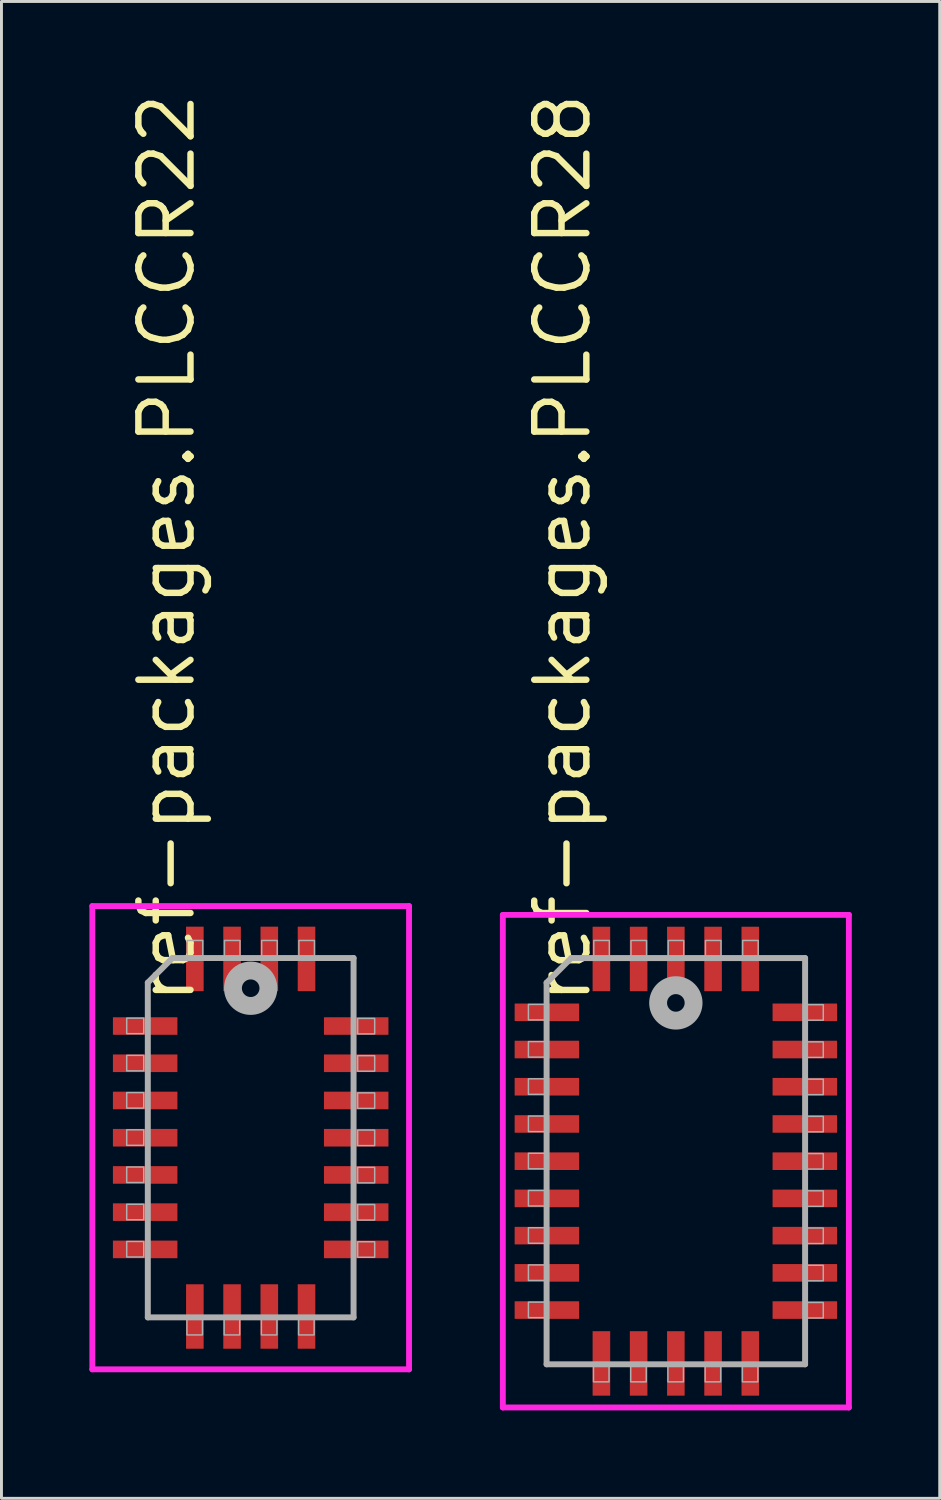
<source format=kicad_pcb>
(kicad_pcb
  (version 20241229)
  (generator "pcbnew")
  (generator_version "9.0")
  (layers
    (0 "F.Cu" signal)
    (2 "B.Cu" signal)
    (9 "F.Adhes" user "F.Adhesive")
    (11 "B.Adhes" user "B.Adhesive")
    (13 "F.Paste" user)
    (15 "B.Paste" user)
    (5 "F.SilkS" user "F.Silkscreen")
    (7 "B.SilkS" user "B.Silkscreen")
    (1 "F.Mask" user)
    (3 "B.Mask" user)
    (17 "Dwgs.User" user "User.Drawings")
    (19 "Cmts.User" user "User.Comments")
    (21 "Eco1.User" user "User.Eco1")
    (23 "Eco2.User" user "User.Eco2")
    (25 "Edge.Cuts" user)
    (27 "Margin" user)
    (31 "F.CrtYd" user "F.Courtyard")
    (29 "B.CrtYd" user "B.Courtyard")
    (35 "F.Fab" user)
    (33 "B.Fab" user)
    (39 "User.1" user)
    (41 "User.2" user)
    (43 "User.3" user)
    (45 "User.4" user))
  (footprint "ref-packages.PLCCR28"
    (layer "F.Cu")
    (at 20.009 36.568)
    (property "Reference" "ref-packages.PLCCR28" (at -2.825 -5.275 270) (layer "F.SilkS") (effects (font (size 1.778 1.778) (thickness 0.22)) (justify left bottom)))
    (attr smd)
    (fp_line (start -5.903 -8.403) (end 5.903 -8.403) (stroke (width 0.2) (type default)) (layer "F.CrtYd"))
    (fp_line (start -5.903 8.403) (end -5.903 -8.403) (stroke (width 0.2) (type default)) (layer "F.CrtYd"))
    (fp_line (start 5.903 -8.403) (end 5.903 8.403) (stroke (width 0.2) (type default)) (layer "F.CrtYd"))
    (fp_line (start 5.903 8.403) (end -5.903 8.403) (stroke (width 0.2) (type default)) (layer "F.CrtYd"))
    (fp_line (start -4.41 -6.09) (end -4.41 6.93) (stroke (width 0.203) (type default)) (layer "F.Fab"))
    (fp_line (start -4.41 6.93) (end 4.41 6.93) (stroke (width 0.203) (type default)) (layer "F.Fab"))
    (fp_line (start -3.57 -6.93) (end -4.41 -6.09) (stroke (width 0.203) (type default)) (layer "F.Fab"))
    (fp_line (start 4.41 -6.93) (end -3.57 -6.93) (stroke (width 0.203) (type default)) (layer "F.Fab"))
    (fp_line (start 4.41 6.93) (end 4.41 -6.93) (stroke (width 0.203) (type default)) (layer "F.Fab"))
    (fp_rect (start -5.03 -4.82) (end -4.45 -5.35) (stroke (width 0.05) (type default)) (fill no) (layer "F.Fab"))
    (fp_rect (start -5.03 -3.55) (end -4.45 -4.08) (stroke (width 0.05) (type default)) (fill no) (layer "F.Fab"))
    (fp_rect (start -5.03 -2.28) (end -4.45 -2.81) (stroke (width 0.05) (type default)) (fill no) (layer "F.Fab"))
    (fp_rect (start -5.03 -1.01) (end -4.45 -1.54) (stroke (width 0.05) (type default)) (fill no) (layer "F.Fab"))
    (fp_rect (start -5.03 0.26) (end -4.45 -0.27) (stroke (width 0.05) (type default)) (fill no) (layer "F.Fab"))
    (fp_rect (start -5.03 1.53) (end -4.45 1) (stroke (width 0.05) (type default)) (fill no) (layer "F.Fab"))
    (fp_rect (start -5.03 2.8) (end -4.45 2.27) (stroke (width 0.05) (type default)) (fill no) (layer "F.Fab"))
    (fp_rect (start -5.03 4.07) (end -4.45 3.54) (stroke (width 0.05) (type default)) (fill no) (layer "F.Fab"))
    (fp_rect (start -5.03 5.34) (end -4.45 4.81) (stroke (width 0.05) (type default)) (fill no) (layer "F.Fab"))
    (fp_rect (start -2.81 7.53) (end -2.28 6.95) (stroke (width 0.05) (type default)) (fill no) (layer "F.Fab"))
    (fp_rect (start -2.8 -6.95) (end -2.27 -7.53) (stroke (width 0.05) (type default)) (fill no) (layer "F.Fab"))
    (fp_rect (start -1.54 7.53) (end -1.01 6.95) (stroke (width 0.05) (type default)) (fill no) (layer "F.Fab"))
    (fp_rect (start -1.53 -6.95) (end -1 -7.53) (stroke (width 0.05) (type default)) (fill no) (layer "F.Fab"))
    (fp_rect (start -0.27 7.53) (end 0.26 6.95) (stroke (width 0.05) (type default)) (fill no) (layer "F.Fab"))
    (fp_rect (start -0.26 -6.95) (end 0.27 -7.53) (stroke (width 0.05) (type default)) (fill no) (layer "F.Fab"))
    (fp_rect (start 1 7.53) (end 1.53 6.95) (stroke (width 0.05) (type default)) (fill no) (layer "F.Fab"))
    (fp_rect (start 1.01 -6.95) (end 1.54 -7.53) (stroke (width 0.05) (type default)) (fill no) (layer "F.Fab"))
    (fp_rect (start 2.27 7.53) (end 2.8 6.95) (stroke (width 0.05) (type default)) (fill no) (layer "F.Fab"))
    (fp_rect (start 2.28 -6.95) (end 2.81 -7.53) (stroke (width 0.05) (type default)) (fill no) (layer "F.Fab"))
    (fp_rect (start 4.45 -4.81) (end 5.03 -5.34) (stroke (width 0.05) (type default)) (fill no) (layer "F.Fab"))
    (fp_rect (start 4.45 -3.54) (end 5.03 -4.07) (stroke (width 0.05) (type default)) (fill no) (layer "F.Fab"))
    (fp_rect (start 4.45 -2.27) (end 5.03 -2.8) (stroke (width 0.05) (type default)) (fill no) (layer "F.Fab"))
    (fp_rect (start 4.45 -1) (end 5.03 -1.53) (stroke (width 0.05) (type default)) (fill no) (layer "F.Fab"))
    (fp_rect (start 4.45 0.27) (end 5.03 -0.26) (stroke (width 0.05) (type default)) (fill no) (layer "F.Fab"))
    (fp_rect (start 4.45 1.54) (end 5.03 1.01) (stroke (width 0.05) (type default)) (fill no) (layer "F.Fab"))
    (fp_rect (start 4.45 2.81) (end 5.03 2.28) (stroke (width 0.05) (type default)) (fill no) (layer "F.Fab"))
    (fp_rect (start 4.45 4.08) (end 5.03 3.55) (stroke (width 0.05) (type default)) (fill no) (layer "F.Fab"))
    (fp_rect (start 4.45 5.35) (end 5.03 4.82) (stroke (width 0.05) (type default)) (fill no) (layer "F.Fab"))
    (fp_circle (center 0 -5.4) (end 0.3 -5.4) (stroke (width 0.61) (type default)) (fill no) (layer "F.Fab"))
    (pad "1" smd roundrect (at 0 -6.9) (size 0.6 2.2) (layers "F.Cu" "F.Mask" "F.Paste") (roundrect_rratio 0.01))
    (pad "2" smd roundrect (at -1.27 -6.9) (size 0.6 2.2) (layers "F.Cu" "F.Mask" "F.Paste") (roundrect_rratio 0.01))
    (pad "3" smd roundrect (at -2.54 -6.9) (size 0.6 2.2) (layers "F.Cu" "F.Mask" "F.Paste") (roundrect_rratio 0.01))
    (pad "4" smd roundrect (at -4.4 -5.08) (size 2.2 0.6) (layers "F.Cu" "F.Mask" "F.Paste") (roundrect_rratio 0.01))
    (pad "5" smd roundrect (at -4.4 -3.81) (size 2.2 0.6) (layers "F.Cu" "F.Mask" "F.Paste") (roundrect_rratio 0.01))
    (pad "6" smd roundrect (at -4.4 -2.54) (size 2.2 0.6) (layers "F.Cu" "F.Mask" "F.Paste") (roundrect_rratio 0.01))
    (pad "7" smd roundrect (at -4.4 -1.27) (size 2.2 0.6) (layers "F.Cu" "F.Mask" "F.Paste") (roundrect_rratio 0.01))
    (pad "8" smd roundrect (at -4.4 0) (size 2.2 0.6) (layers "F.Cu" "F.Mask" "F.Paste") (roundrect_rratio 0.01))
    (pad "9" smd roundrect (at -4.4 1.27) (size 2.2 0.6) (layers "F.Cu" "F.Mask" "F.Paste") (roundrect_rratio 0.01))
    (pad "10" smd roundrect (at -4.4 2.54) (size 2.2 0.6) (layers "F.Cu" "F.Mask" "F.Paste") (roundrect_rratio 0.01))
    (pad "11" smd roundrect (at -4.4 3.81) (size 2.2 0.6) (layers "F.Cu" "F.Mask" "F.Paste") (roundrect_rratio 0.01))
    (pad "12" smd roundrect (at -4.4 5.08) (size 2.2 0.6) (layers "F.Cu" "F.Mask" "F.Paste") (roundrect_rratio 0.01))
    (pad "13" smd roundrect (at -2.54 6.9) (size 0.6 2.2) (layers "F.Cu" "F.Mask" "F.Paste") (roundrect_rratio 0.01))
    (pad "14" smd roundrect (at -1.27 6.9) (size 0.6 2.2) (layers "F.Cu" "F.Mask" "F.Paste") (roundrect_rratio 0.01))
    (pad "15" smd roundrect (at 0 6.9) (size 0.6 2.2) (layers "F.Cu" "F.Mask" "F.Paste") (roundrect_rratio 0.01))
    (pad "16" smd roundrect (at 1.27 6.9) (size 0.6 2.2) (layers "F.Cu" "F.Mask" "F.Paste") (roundrect_rratio 0.01))
    (pad "17" smd roundrect (at 2.54 6.9) (size 0.6 2.2) (layers "F.Cu" "F.Mask" "F.Paste") (roundrect_rratio 0.01))
    (pad "18" smd roundrect (at 4.4 5.08) (size 2.2 0.6) (layers "F.Cu" "F.Mask" "F.Paste") (roundrect_rratio 0.01))
    (pad "19" smd roundrect (at 4.4 3.81) (size 2.2 0.6) (layers "F.Cu" "F.Mask" "F.Paste") (roundrect_rratio 0.01))
    (pad "20" smd roundrect (at 4.4 2.54) (size 2.2 0.6) (layers "F.Cu" "F.Mask" "F.Paste") (roundrect_rratio 0.01))
    (pad "21" smd roundrect (at 4.4 1.27) (size 2.2 0.6) (layers "F.Cu" "F.Mask" "F.Paste") (roundrect_rratio 0.01))
    (pad "22" smd roundrect (at 4.4 0) (size 2.2 0.6) (layers "F.Cu" "F.Mask" "F.Paste") (roundrect_rratio 0.01))
    (pad "23" smd roundrect (at 4.4 -1.27) (size 2.2 0.6) (layers "F.Cu" "F.Mask" "F.Paste") (roundrect_rratio 0.01))
    (pad "24" smd roundrect (at 4.4 -2.54) (size 2.2 0.6) (layers "F.Cu" "F.Mask" "F.Paste") (roundrect_rratio 0.01))
    (pad "25" smd roundrect (at 4.4 -3.81) (size 2.2 0.6) (layers "F.Cu" "F.Mask" "F.Paste") (roundrect_rratio 0.01))
    (pad "26" smd roundrect (at 4.4 -5.08) (size 2.2 0.6) (layers "F.Cu" "F.Mask" "F.Paste") (roundrect_rratio 0.01))
    (pad "27" smd roundrect (at 2.54 -6.9) (size 0.6 2.2) (layers "F.Cu" "F.Mask" "F.Paste") (roundrect_rratio 0.01))
    (pad "28" smd roundrect (at 1.27 -6.9) (size 0.6 2.2) (layers "F.Cu" "F.Mask" "F.Paste") (roundrect_rratio 0.01)))
  (footprint "ref-packages.PLCCR22"
    (layer "F.Cu")
    (at 5.503 35.767)
    (property "Reference" "ref-packages.PLCCR22" (at -1.825 -4.475 270) (layer "F.SilkS") (effects (font (size 1.778 1.778) (thickness 0.22)) (justify left bottom)))
    (attr smd)
    (fp_line (start -5.403 -7.903) (end 5.403 -7.903) (stroke (width 0.2) (type default)) (layer "F.CrtYd"))
    (fp_line (start -5.403 7.903) (end -5.403 -7.903) (stroke (width 0.2) (type default)) (layer "F.CrtYd"))
    (fp_line (start 5.403 -7.903) (end 5.403 7.903) (stroke (width 0.2) (type default)) (layer "F.CrtYd"))
    (fp_line (start 5.403 7.903) (end -5.403 7.903) (stroke (width 0.2) (type default)) (layer "F.CrtYd"))
    (fp_line (start -3.51 -5.29) (end -3.51 6.13) (stroke (width 0.203) (type default)) (layer "F.Fab"))
    (fp_line (start -3.51 6.13) (end 3.51 6.13) (stroke (width 0.203) (type default)) (layer "F.Fab"))
    (fp_line (start -2.67 -6.13) (end -3.51 -5.29) (stroke (width 0.203) (type default)) (layer "F.Fab"))
    (fp_line (start 3.51 -6.13) (end -2.67 -6.13) (stroke (width 0.203) (type default)) (layer "F.Fab"))
    (fp_line (start 3.51 6.13) (end 3.51 -6.13) (stroke (width 0.203) (type default)) (layer "F.Fab"))
    (fp_rect (start -4.23 -3.55) (end -3.65 -4.08) (stroke (width 0.05) (type default)) (fill no) (layer "F.Fab"))
    (fp_rect (start -4.23 -2.28) (end -3.65 -2.81) (stroke (width 0.05) (type default)) (fill no) (layer "F.Fab"))
    (fp_rect (start -4.23 -1.01) (end -3.65 -1.54) (stroke (width 0.05) (type default)) (fill no) (layer "F.Fab"))
    (fp_rect (start -4.23 0.26) (end -3.65 -0.27) (stroke (width 0.05) (type default)) (fill no) (layer "F.Fab"))
    (fp_rect (start -4.23 1.53) (end -3.65 1) (stroke (width 0.05) (type default)) (fill no) (layer "F.Fab"))
    (fp_rect (start -4.23 2.8) (end -3.65 2.27) (stroke (width 0.05) (type default)) (fill no) (layer "F.Fab"))
    (fp_rect (start -4.23 4.07) (end -3.65 3.54) (stroke (width 0.05) (type default)) (fill no) (layer "F.Fab"))
    (fp_rect (start -2.175 6.73) (end -1.645 6.15) (stroke (width 0.05) (type default)) (fill no) (layer "F.Fab"))
    (fp_rect (start -2.165 -6.15) (end -1.635 -6.73) (stroke (width 0.05) (type default)) (fill no) (layer "F.Fab"))
    (fp_rect (start -0.905 6.73) (end -0.375 6.15) (stroke (width 0.05) (type default)) (fill no) (layer "F.Fab"))
    (fp_rect (start -0.895 -6.15) (end -0.365 -6.73) (stroke (width 0.05) (type default)) (fill no) (layer "F.Fab"))
    (fp_rect (start 0.365 6.73) (end 0.895 6.15) (stroke (width 0.05) (type default)) (fill no) (layer "F.Fab"))
    (fp_rect (start 0.375 -6.15) (end 0.905 -6.73) (stroke (width 0.05) (type default)) (fill no) (layer "F.Fab"))
    (fp_rect (start 1.635 6.73) (end 2.165 6.15) (stroke (width 0.05) (type default)) (fill no) (layer "F.Fab"))
    (fp_rect (start 1.645 -6.15) (end 2.175 -6.73) (stroke (width 0.05) (type default)) (fill no) (layer "F.Fab"))
    (fp_rect (start 3.65 -3.54) (end 4.23 -4.07) (stroke (width 0.05) (type default)) (fill no) (layer "F.Fab"))
    (fp_rect (start 3.65 -2.27) (end 4.23 -2.8) (stroke (width 0.05) (type default)) (fill no) (layer "F.Fab"))
    (fp_rect (start 3.65 -1) (end 4.23 -1.53) (stroke (width 0.05) (type default)) (fill no) (layer "F.Fab"))
    (fp_rect (start 3.65 0.27) (end 4.23 -0.26) (stroke (width 0.05) (type default)) (fill no) (layer "F.Fab"))
    (fp_rect (start 3.65 1.54) (end 4.23 1.01) (stroke (width 0.05) (type default)) (fill no) (layer "F.Fab"))
    (fp_rect (start 3.65 2.81) (end 4.23 2.28) (stroke (width 0.05) (type default)) (fill no) (layer "F.Fab"))
    (fp_rect (start 3.65 4.08) (end 4.23 3.55) (stroke (width 0.05) (type default)) (fill no) (layer "F.Fab"))
    (fp_circle (center 0 -5.1) (end 0.3 -5.1) (stroke (width 0.61) (type default)) (fill no) (layer "F.Fab"))
    (pad "1" smd roundrect (at -0.635 -6.1) (size 0.6 2.2) (layers "F.Cu" "F.Mask" "F.Paste") (roundrect_rratio 0.01))
    (pad "2" smd roundrect (at -1.905 -6.1) (size 0.6 2.2) (layers "F.Cu" "F.Mask" "F.Paste") (roundrect_rratio 0.01))
    (pad "3" smd roundrect (at -3.6 -3.81) (size 2.2 0.6) (layers "F.Cu" "F.Mask" "F.Paste") (roundrect_rratio 0.01))
    (pad "4" smd roundrect (at -3.6 -2.54) (size 2.2 0.6) (layers "F.Cu" "F.Mask" "F.Paste") (roundrect_rratio 0.01))
    (pad "5" smd roundrect (at -3.6 -1.27) (size 2.2 0.6) (layers "F.Cu" "F.Mask" "F.Paste") (roundrect_rratio 0.01))
    (pad "6" smd roundrect (at -3.6 0) (size 2.2 0.6) (layers "F.Cu" "F.Mask" "F.Paste") (roundrect_rratio 0.01))
    (pad "7" smd roundrect (at -3.6 1.27) (size 2.2 0.6) (layers "F.Cu" "F.Mask" "F.Paste") (roundrect_rratio 0.01))
    (pad "8" smd roundrect (at -3.6 2.54) (size 2.2 0.6) (layers "F.Cu" "F.Mask" "F.Paste") (roundrect_rratio 0.01))
    (pad "9" smd roundrect (at -3.6 3.81) (size 2.2 0.6) (layers "F.Cu" "F.Mask" "F.Paste") (roundrect_rratio 0.01))
    (pad "10" smd roundrect (at -1.905 6.1) (size 0.6 2.2) (layers "F.Cu" "F.Mask" "F.Paste") (roundrect_rratio 0.01))
    (pad "11" smd roundrect (at -0.635 6.1) (size 0.6 2.2) (layers "F.Cu" "F.Mask" "F.Paste") (roundrect_rratio 0.01))
    (pad "12" smd roundrect (at 0.635 6.1) (size 0.6 2.2) (layers "F.Cu" "F.Mask" "F.Paste") (roundrect_rratio 0.01))
    (pad "13" smd roundrect (at 1.905 6.1) (size 0.6 2.2) (layers "F.Cu" "F.Mask" "F.Paste") (roundrect_rratio 0.01))
    (pad "14" smd roundrect (at 3.6 3.81) (size 2.2 0.6) (layers "F.Cu" "F.Mask" "F.Paste") (roundrect_rratio 0.01))
    (pad "15" smd roundrect (at 3.6 2.54) (size 2.2 0.6) (layers "F.Cu" "F.Mask" "F.Paste") (roundrect_rratio 0.01))
    (pad "16" smd roundrect (at 3.6 1.27) (size 2.2 0.6) (layers "F.Cu" "F.Mask" "F.Paste") (roundrect_rratio 0.01))
    (pad "17" smd roundrect (at 3.6 0) (size 2.2 0.6) (layers "F.Cu" "F.Mask" "F.Paste") (roundrect_rratio 0.01))
    (pad "18" smd roundrect (at 3.6 -1.27) (size 2.2 0.6) (layers "F.Cu" "F.Mask" "F.Paste") (roundrect_rratio 0.01))
    (pad "19" smd roundrect (at 3.6 -2.54) (size 2.2 0.6) (layers "F.Cu" "F.Mask" "F.Paste") (roundrect_rratio 0.01))
    (pad "20" smd roundrect (at 3.6 -3.81) (size 2.2 0.6) (layers "F.Cu" "F.Mask" "F.Paste") (roundrect_rratio 0.01))
    (pad "21" smd roundrect (at 1.905 -6.1) (size 0.6 2.2) (layers "F.Cu" "F.Mask" "F.Paste") (roundrect_rratio 0.01))
    (pad "22" smd roundrect (at 0.635 -6.1) (size 0.6 2.2) (layers "F.Cu" "F.Mask" "F.Paste") (roundrect_rratio 0.01)))
  (gr_rect
    (start -3 -3)
    (end 29.012 48.07)
    (stroke (width 0.1) (type default))
    (fill no)
    (layer "Edge.Cuts")))
</source>
